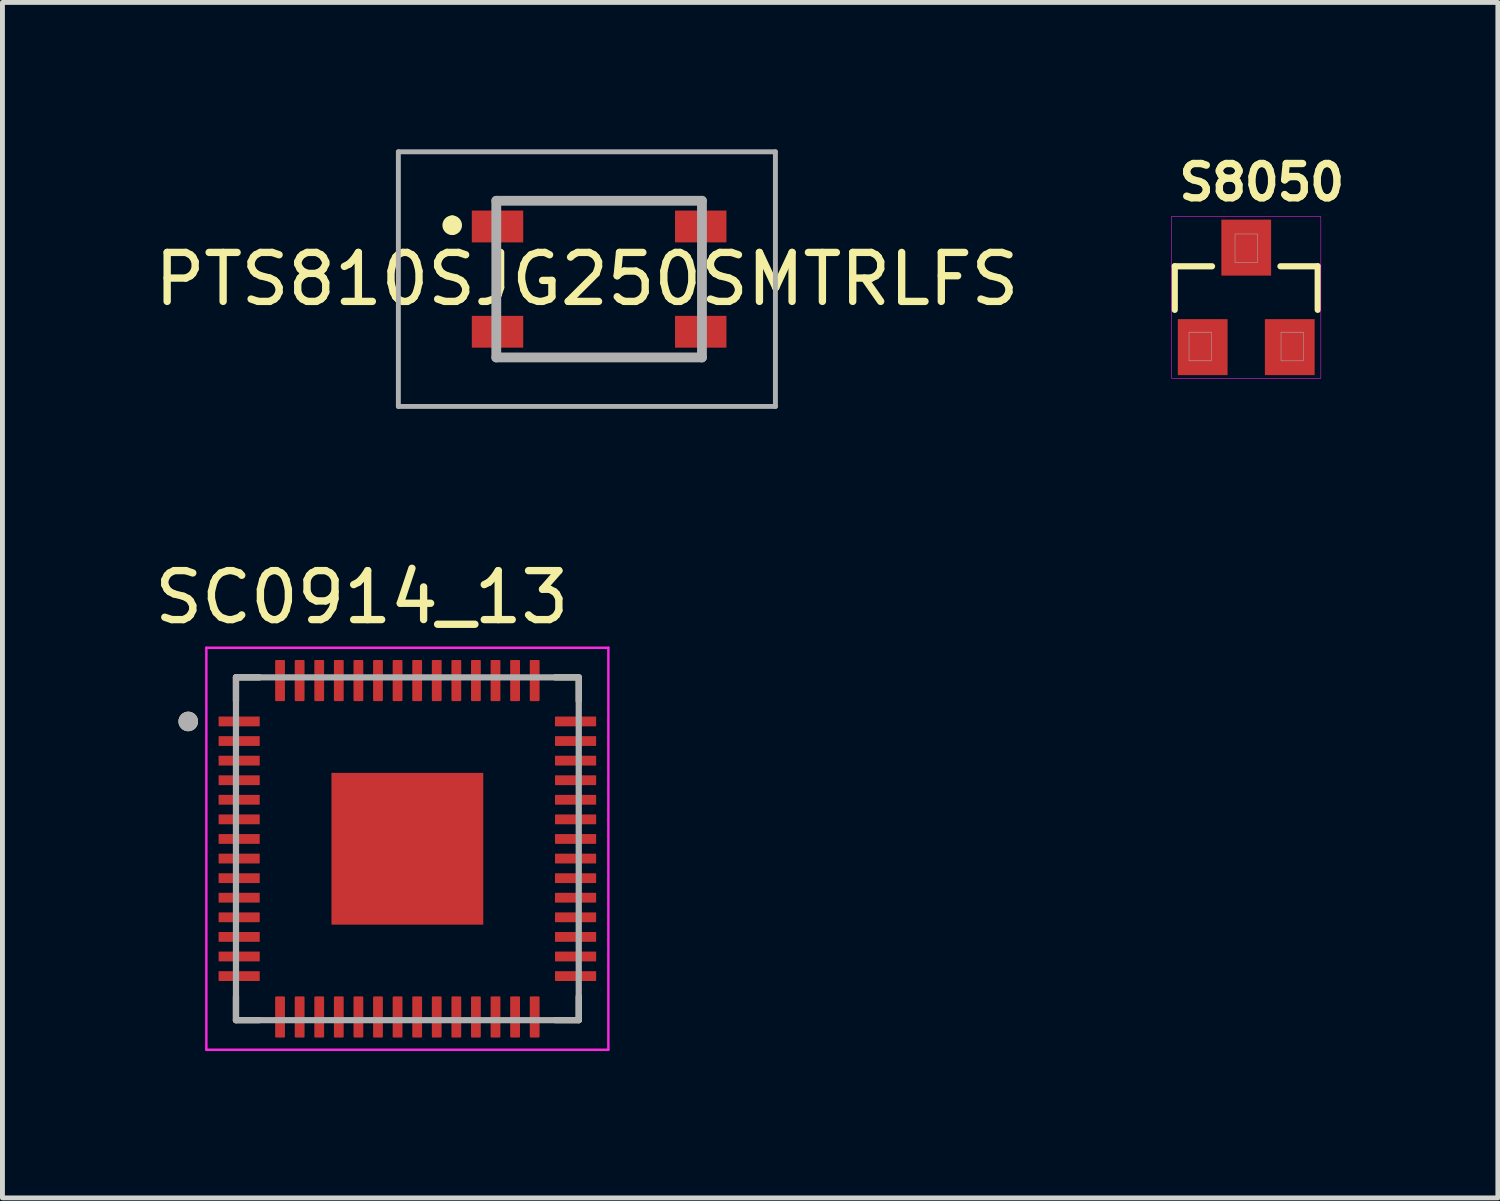
<source format=kicad_pcb>
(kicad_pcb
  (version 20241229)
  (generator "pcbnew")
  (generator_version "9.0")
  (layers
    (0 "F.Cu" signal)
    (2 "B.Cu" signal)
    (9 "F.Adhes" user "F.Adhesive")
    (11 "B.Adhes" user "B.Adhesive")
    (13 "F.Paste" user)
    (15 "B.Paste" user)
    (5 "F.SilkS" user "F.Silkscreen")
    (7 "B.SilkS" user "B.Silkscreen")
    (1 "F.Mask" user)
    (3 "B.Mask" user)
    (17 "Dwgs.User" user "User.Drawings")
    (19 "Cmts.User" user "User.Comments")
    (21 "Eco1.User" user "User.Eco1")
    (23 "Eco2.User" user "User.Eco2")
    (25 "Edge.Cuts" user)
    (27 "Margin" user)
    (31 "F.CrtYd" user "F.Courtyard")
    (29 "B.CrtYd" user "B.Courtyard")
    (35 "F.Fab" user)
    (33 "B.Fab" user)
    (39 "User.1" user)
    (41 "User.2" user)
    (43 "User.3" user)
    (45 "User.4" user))
  (footprint "SC0914_13"
    (layer "F.Cu")
    (at 5.269 14.283)
    (property "Reference" "SC0914_13" (at -0.93 -5.135 0) (layer "F.SilkS") (effects (font (size 1 1) (thickness 0.15))))
    (attr smd)
    (fp_line (start -3.5 -3.5) (end -3.5 -3.02) (stroke (width 0.127) (type solid)) (layer "F.SilkS"))
    (fp_line (start -3.5 -3.5) (end -3.02 -3.5) (stroke (width 0.127) (type solid)) (layer "F.SilkS"))
    (fp_line (start -3.5 3.5) (end -3.5 3.02) (stroke (width 0.127) (type solid)) (layer "F.SilkS"))
    (fp_line (start -3.5 3.5) (end -3.02 3.5) (stroke (width 0.127) (type solid)) (layer "F.SilkS"))
    (fp_line (start 3.5 -3.5) (end 3.02 -3.5) (stroke (width 0.127) (type solid)) (layer "F.SilkS"))
    (fp_line (start 3.5 -3.5) (end 3.5 -3.02) (stroke (width 0.127) (type solid)) (layer "F.SilkS"))
    (fp_line (start 3.5 3.5) (end 3.02 3.5) (stroke (width 0.127) (type solid)) (layer "F.SilkS"))
    (fp_line (start 3.5 3.5) (end 3.5 3.02) (stroke (width 0.127) (type solid)) (layer "F.SilkS"))
    (fp_circle (center -4.475 -2.6) (end -4.375 -2.6) (stroke (width 0.2) (type solid)) (fill no) (layer "F.SilkS"))
    (fp_poly (pts (xy -0.98 -0.98) (xy 0.98 -0.98) (xy 0.98 0.98) (xy -0.98 0.98)) (stroke (width 0.01) (type solid)) (fill yes) (layer "F.Paste"))
    (fp_line (start -4.105 -4.105) (end 4.105 -4.105) (stroke (width 0.05) (type solid)) (layer "F.CrtYd"))
    (fp_line (start -4.105 4.105) (end -4.105 -4.105) (stroke (width 0.05) (type solid)) (layer "F.CrtYd"))
    (fp_line (start -4.105 4.105) (end 4.105 4.105) (stroke (width 0.05) (type solid)) (layer "F.CrtYd"))
    (fp_line (start 4.105 4.105) (end 4.105 -4.105) (stroke (width 0.05) (type solid)) (layer "F.CrtYd"))
    (fp_line (start -3.5 3.5) (end -3.5 -3.5) (stroke (width 0.127) (type solid)) (layer "F.Fab"))
    (fp_line (start 3.5 -3.5) (end -3.5 -3.5) (stroke (width 0.127) (type solid)) (layer "F.Fab"))
    (fp_line (start 3.5 3.5) (end -3.5 3.5) (stroke (width 0.127) (type solid)) (layer "F.Fab"))
    (fp_line (start 3.5 3.5) (end 3.5 -3.5) (stroke (width 0.127) (type solid)) (layer "F.Fab"))
    (fp_circle (center -4.475 -2.6) (end -4.375 -2.6) (stroke (width 0.2) (type solid)) (fill no) (layer "F.Fab"))
    (pad "1" smd roundrect (at -3.435 -2.6) (size 0.84 0.2) (layers "F.Cu" "F.Mask" "F.Paste") (roundrect_rratio 0.03))
    (pad "2" smd roundrect (at -3.435 -2.2) (size 0.84 0.2) (layers "F.Cu" "F.Mask" "F.Paste") (roundrect_rratio 0.03))
    (pad "3" smd roundrect (at -3.435 -1.8) (size 0.84 0.2) (layers "F.Cu" "F.Mask" "F.Paste") (roundrect_rratio 0.03))
    (pad "4" smd roundrect (at -3.435 -1.4) (size 0.84 0.2) (layers "F.Cu" "F.Mask" "F.Paste") (roundrect_rratio 0.03))
    (pad "5" smd roundrect (at -3.435 -1) (size 0.84 0.2) (layers "F.Cu" "F.Mask" "F.Paste") (roundrect_rratio 0.03))
    (pad "6" smd roundrect (at -3.435 -0.6) (size 0.84 0.2) (layers "F.Cu" "F.Mask" "F.Paste") (roundrect_rratio 0.03))
    (pad "7" smd roundrect (at -3.435 -0.2) (size 0.84 0.2) (layers "F.Cu" "F.Mask" "F.Paste") (roundrect_rratio 0.03))
    (pad "8" smd roundrect (at -3.435 0.2) (size 0.84 0.2) (layers "F.Cu" "F.Mask" "F.Paste") (roundrect_rratio 0.03))
    (pad "9" smd roundrect (at -3.435 0.6) (size 0.84 0.2) (layers "F.Cu" "F.Mask" "F.Paste") (roundrect_rratio 0.03))
    (pad "10" smd roundrect (at -3.435 1) (size 0.84 0.2) (layers "F.Cu" "F.Mask" "F.Paste") (roundrect_rratio 0.03))
    (pad "11" smd roundrect (at -3.435 1.4) (size 0.84 0.2) (layers "F.Cu" "F.Mask" "F.Paste") (roundrect_rratio 0.03))
    (pad "12" smd roundrect (at -3.435 1.8) (size 0.84 0.2) (layers "F.Cu" "F.Mask" "F.Paste") (roundrect_rratio 0.03))
    (pad "13" smd roundrect (at -3.435 2.2) (size 0.84 0.2) (layers "F.Cu" "F.Mask" "F.Paste") (roundrect_rratio 0.03))
    (pad "14" smd roundrect (at -3.435 2.6) (size 0.84 0.2) (layers "F.Cu" "F.Mask" "F.Paste") (roundrect_rratio 0.03))
    (pad "15" smd roundrect (at -2.6 3.435) (size 0.2 0.84) (layers "F.Cu" "F.Mask" "F.Paste") (roundrect_rratio 0.1))
    (pad "16" smd roundrect (at -2.2 3.435) (size 0.2 0.84) (layers "F.Cu" "F.Mask" "F.Paste") (roundrect_rratio 0.1))
    (pad "17" smd roundrect (at -1.8 3.435) (size 0.2 0.84) (layers "F.Cu" "F.Mask" "F.Paste") (roundrect_rratio 0.1))
    (pad "18" smd roundrect (at -1.4 3.435) (size 0.2 0.84) (layers "F.Cu" "F.Mask" "F.Paste") (roundrect_rratio 0.1))
    (pad "19" smd roundrect (at -1 3.435) (size 0.2 0.84) (layers "F.Cu" "F.Mask" "F.Paste") (roundrect_rratio 0.1))
    (pad "20" smd roundrect (at -0.6 3.435) (size 0.2 0.84) (layers "F.Cu" "F.Mask" "F.Paste") (roundrect_rratio 0.1))
    (pad "21" smd roundrect (at -0.2 3.435) (size 0.2 0.84) (layers "F.Cu" "F.Mask" "F.Paste") (roundrect_rratio 0.1))
    (pad "22" smd roundrect (at 0.2 3.435) (size 0.2 0.84) (layers "F.Cu" "F.Mask" "F.Paste") (roundrect_rratio 0.1))
    (pad "23" smd roundrect (at 0.6 3.435) (size 0.2 0.84) (layers "F.Cu" "F.Mask" "F.Paste") (roundrect_rratio 0.1))
    (pad "24" smd roundrect (at 1 3.435) (size 0.2 0.84) (layers "F.Cu" "F.Mask" "F.Paste") (roundrect_rratio 0.1))
    (pad "25" smd roundrect (at 1.4 3.435) (size 0.2 0.84) (layers "F.Cu" "F.Mask" "F.Paste") (roundrect_rratio 0.1))
    (pad "26" smd roundrect (at 1.8 3.435) (size 0.2 0.84) (layers "F.Cu" "F.Mask" "F.Paste") (roundrect_rratio 0.1))
    (pad "27" smd roundrect (at 2.2 3.435) (size 0.2 0.84) (layers "F.Cu" "F.Mask" "F.Paste") (roundrect_rratio 0.1))
    (pad "28" smd roundrect (at 2.6 3.435) (size 0.2 0.84) (layers "F.Cu" "F.Mask" "F.Paste") (roundrect_rratio 0.1))
    (pad "29" smd roundrect (at 3.435 2.6) (size 0.84 0.2) (layers "F.Cu" "F.Mask" "F.Paste") (roundrect_rratio 0.03))
    (pad "30" smd roundrect (at 3.435 2.2) (size 0.84 0.2) (layers "F.Cu" "F.Mask" "F.Paste") (roundrect_rratio 0.03))
    (pad "31" smd roundrect (at 3.435 1.8) (size 0.84 0.2) (layers "F.Cu" "F.Mask" "F.Paste") (roundrect_rratio 0.03))
    (pad "32" smd roundrect (at 3.435 1.4) (size 0.84 0.2) (layers "F.Cu" "F.Mask" "F.Paste") (roundrect_rratio 0.03))
    (pad "33" smd roundrect (at 3.435 1) (size 0.84 0.2) (layers "F.Cu" "F.Mask" "F.Paste") (roundrect_rratio 0.03))
    (pad "34" smd roundrect (at 3.435 0.6) (size 0.84 0.2) (layers "F.Cu" "F.Mask" "F.Paste") (roundrect_rratio 0.03))
    (pad "35" smd roundrect (at 3.435 0.2) (size 0.84 0.2) (layers "F.Cu" "F.Mask" "F.Paste") (roundrect_rratio 0.03))
    (pad "36" smd roundrect (at 3.435 -0.2) (size 0.84 0.2) (layers "F.Cu" "F.Mask" "F.Paste") (roundrect_rratio 0.03))
    (pad "37" smd roundrect (at 3.435 -0.6) (size 0.84 0.2) (layers "F.Cu" "F.Mask" "F.Paste") (roundrect_rratio 0.03))
    (pad "38" smd roundrect (at 3.435 -1) (size 0.84 0.2) (layers "F.Cu" "F.Mask" "F.Paste") (roundrect_rratio 0.03))
    (pad "39" smd roundrect (at 3.435 -1.4) (size 0.84 0.2) (layers "F.Cu" "F.Mask" "F.Paste") (roundrect_rratio 0.03))
    (pad "40" smd roundrect (at 3.435 -1.8) (size 0.84 0.2) (layers "F.Cu" "F.Mask" "F.Paste") (roundrect_rratio 0.03))
    (pad "41" smd roundrect (at 3.435 -2.2) (size 0.84 0.2) (layers "F.Cu" "F.Mask" "F.Paste") (roundrect_rratio 0.03))
    (pad "42" smd roundrect (at 3.435 -2.6) (size 0.84 0.2) (layers "F.Cu" "F.Mask" "F.Paste") (roundrect_rratio 0.03))
    (pad "43" smd roundrect (at 2.6 -3.435) (size 0.2 0.84) (layers "F.Cu" "F.Mask" "F.Paste") (roundrect_rratio 0.1))
    (pad "44" smd roundrect (at 2.2 -3.435) (size 0.2 0.84) (layers "F.Cu" "F.Mask" "F.Paste") (roundrect_rratio 0.1))
    (pad "45" smd roundrect (at 1.8 -3.435) (size 0.2 0.84) (layers "F.Cu" "F.Mask" "F.Paste") (roundrect_rratio 0.1))
    (pad "46" smd roundrect (at 1.4 -3.435) (size 0.2 0.84) (layers "F.Cu" "F.Mask" "F.Paste") (roundrect_rratio 0.1))
    (pad "47" smd roundrect (at 1 -3.435) (size 0.2 0.84) (layers "F.Cu" "F.Mask" "F.Paste") (roundrect_rratio 0.1))
    (pad "48" smd roundrect (at 0.6 -3.435) (size 0.2 0.84) (layers "F.Cu" "F.Mask" "F.Paste") (roundrect_rratio 0.1))
    (pad "49" smd roundrect (at 0.2 -3.435) (size 0.2 0.84) (layers "F.Cu" "F.Mask" "F.Paste") (roundrect_rratio 0.1))
    (pad "50" smd roundrect (at -0.2 -3.435) (size 0.2 0.84) (layers "F.Cu" "F.Mask" "F.Paste") (roundrect_rratio 0.1))
    (pad "51" smd roundrect (at -0.6 -3.435) (size 0.2 0.84) (layers "F.Cu" "F.Mask" "F.Paste") (roundrect_rratio 0.1))
    (pad "52" smd roundrect (at -1 -3.435) (size 0.2 0.84) (layers "F.Cu" "F.Mask" "F.Paste") (roundrect_rratio 0.1))
    (pad "53" smd roundrect (at -1.4 -3.435) (size 0.2 0.84) (layers "F.Cu" "F.Mask" "F.Paste") (roundrect_rratio 0.1))
    (pad "54" smd roundrect (at -1.8 -3.435) (size 0.2 0.84) (layers "F.Cu" "F.Mask" "F.Paste") (roundrect_rratio 0.1))
    (pad "55" smd roundrect (at -2.2 -3.435) (size 0.2 0.84) (layers "F.Cu" "F.Mask" "F.Paste") (roundrect_rratio 0.1))
    (pad "56" smd roundrect (at -2.6 -3.435) (size 0.2 0.84) (layers "F.Cu" "F.Mask" "F.Paste") (roundrect_rratio 0.1))
    (pad "57" smd rect (at 0 0) (size 3.1 3.1) (layers "F.Cu" "F.Mask")))
  (footprint "PTS810SJG250SMTRLFS"
    (layer "F.Cu")
    (at 9.185 2.65)
    (property "Reference" "PTS810SJG250SMTRLFS" (at -0.25 0 0) (layer "F.SilkS") (effects (font (size 1 1) (thickness 0.15))))
    (attr smd)
    (fp_line (start -2.1 -1.6) (end 2.075 -1.6) (stroke (width 0.1) (type solid)) (layer "F.SilkS"))
    (fp_line (start -2.1 1.6) (end 2.075 1.6) (stroke (width 0.1) (type solid)) (layer "F.SilkS"))
    (fp_arc (start -3 -1.2) (mid -2.9 -1.1) (end -3 -1) (stroke (width 0.2) (type solid)) (layer "F.SilkS"))
    (fp_arc (start -3 -1) (mid -3.1 -1.1) (end -3 -1.2) (stroke (width 0.2) (type solid)) (layer "F.SilkS"))
    (fp_line (start -4.1 -2.6) (end 3.6 -2.6) (stroke (width 0.1) (type solid)) (layer "F.Fab"))
    (fp_line (start -4.1 2.6) (end -4.1 -2.6) (stroke (width 0.1) (type solid)) (layer "F.Fab"))
    (fp_line (start -2.1 -1.6) (end 2.1 -1.6) (stroke (width 0.2) (type solid)) (layer "F.Fab"))
    (fp_line (start -2.1 1.6) (end -2.1 -1.6) (stroke (width 0.2) (type solid)) (layer "F.Fab"))
    (fp_line (start 2.1 -1.6) (end 2.1 1.6) (stroke (width 0.2) (type solid)) (layer "F.Fab"))
    (fp_line (start 2.1 1.6) (end -2.1 1.6) (stroke (width 0.2) (type solid)) (layer "F.Fab"))
    (fp_line (start 3.6 -2.6) (end 3.6 2.6) (stroke (width 0.1) (type solid)) (layer "F.Fab"))
    (fp_line (start 3.6 2.6) (end -4.1 2.6) (stroke (width 0.1) (type solid)) (layer "F.Fab"))
    (pad "1" smd rect (at -2.075 -1.075) (size 1.05 0.65) (layers "F.Cu" "F.Mask" "F.Paste"))
    (pad "2" smd rect (at 2.075 -1.075) (size 1.05 0.65) (layers "F.Cu" "F.Mask" "F.Paste"))
    (pad "3" smd rect (at -2.075 1.075) (size 1.05 0.65) (layers "F.Cu" "F.Mask" "F.Paste"))
    (pad "4" smd rect (at 2.075 1.075) (size 1.05 0.65) (layers "F.Cu" "F.Mask" "F.Paste")))
  (footprint "S8050"
    (layer "F.Cu")
    (at 22.4 3.023)
    (property "Reference" "S8050" (at 0.318 -2.35 0) (layer "F.SilkS") (effects (font (size 0.7 0.7) (thickness 0.15))))
    (attr smd)
    (fp_line (start -1.46 -0.635) (end -1.46 0.254) (stroke (width 0.127) (type solid)) (layer "F.SilkS"))
    (fp_line (start -0.699 -0.635) (end -1.46 -0.635) (stroke (width 0.127) (type solid)) (layer "F.SilkS"))
    (fp_line (start 1.46 -0.635) (end 0.699 -0.635) (stroke (width 0.127) (type solid)) (layer "F.SilkS"))
    (fp_line (start 1.46 0.254) (end 1.46 -0.635) (stroke (width 0.127) (type solid)) (layer "F.SilkS"))
    (fp_poly (pts (xy -1.526 -1.651) (xy 1.524 -1.651) (xy 1.524 1.653) (xy -1.526 1.653)) (stroke (width 0.01) (type solid)) (fill no) (layer "F.CrtYd"))
    (fp_poly (pts (xy -1.168 0.711) (xy -0.711 0.711) (xy -0.711 1.295) (xy -1.168 1.295)) (stroke (width 0.01) (type solid)) (fill no) (layer "F.Fab"))
    (fp_poly (pts (xy -0.229 -1.295) (xy 0.229 -1.295) (xy 0.229 -0.711) (xy -0.229 -0.711)) (stroke (width 0.01) (type solid)) (fill no) (layer "F.Fab"))
    (fp_poly (pts (xy 0.711 0.711) (xy 1.168 0.711) (xy 1.168 1.296) (xy 0.711 1.296)) (stroke (width 0.01) (type solid)) (fill no) (layer "F.Fab"))
    (pad "1" smd rect (at -0.889 1.016 180) (size 1.016 1.143) (layers "F.Cu" "F.Mask" "F.Paste"))
    (pad "2" smd rect (at 0.889 1.016) (size 1.016 1.143) (layers "F.Cu" "F.Mask" "F.Paste"))
    (pad "3" smd rect (at 0 -1.016) (size 1.016 1.143) (layers "F.Cu" "F.Mask" "F.Paste")))
  (gr_rect
    (start -3 -3)
    (end 27.539 21.413)
    (stroke (width 0.1) (type default))
    (fill no)
    (layer "Edge.Cuts")))
</source>
